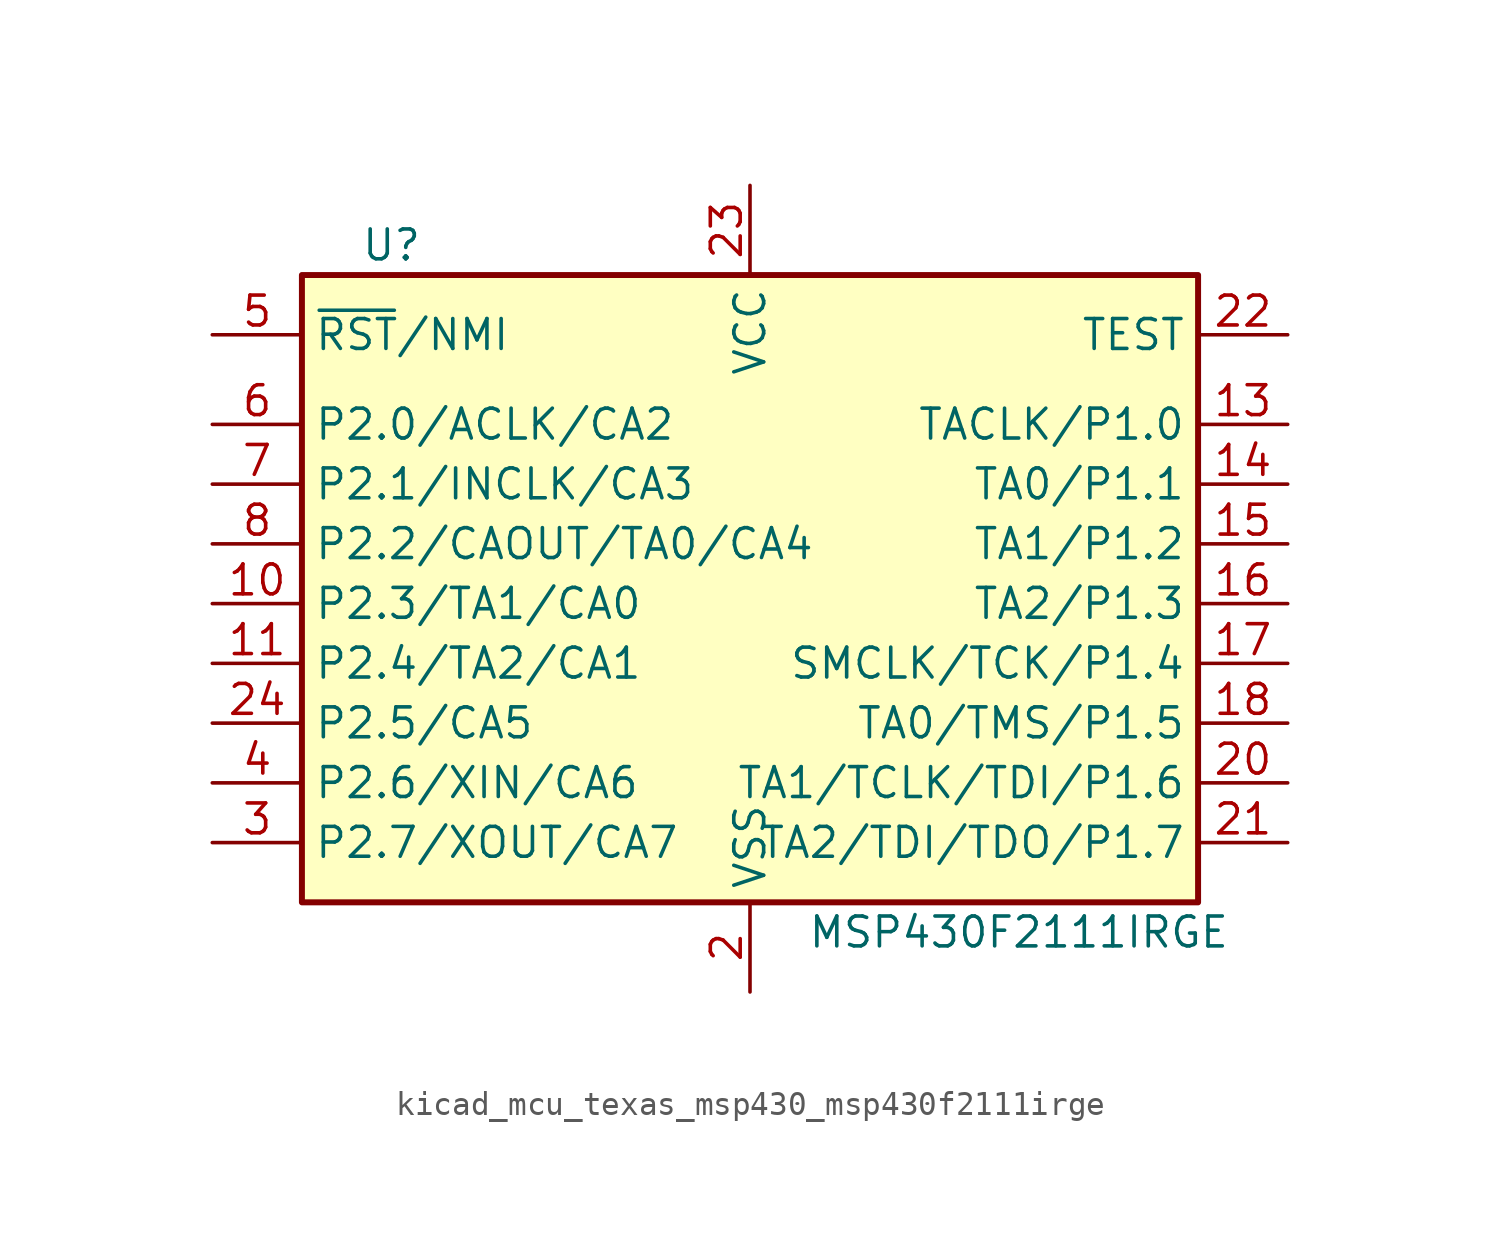
<source format=kicad_sym>
(kicad_symbol_lib
  (version 20220914)
  (generator kicad_symbol_editor)
  (symbol "kicad_mcu_texas_msp430_msp430f2111irge"
    (property "Reference" "U"
      (at -15.24 15.24 0)
      (effects (font (size 1.27 1.27))))
    (property "Value" "MSP430F2111IRGE"
      (at 11.43 -13.97 0)
      (effects (font (size 1.27 1.27))))
    (symbol "kicad_mcu_texas_msp430_msp430f2111irge_0_1"
      (rectangle (start -19.05 13.97) (end 19.05 -12.7) (stroke (width 0.254) (type default)) (fill (type background))))
    (symbol "kicad_mcu_texas_msp430_msp430f2111irge_1_1"
      (pin bidirectional line (at -22.86 0 0) (length 3.81) (name "P2.3/TA1/CA0" (effects (font (size 1.27 1.27)))) (number "10" (effects (font (size 1.27 1.27)))))
      (pin bidirectional line (at -22.86 -2.54 0) (length 3.81) (name "P2.4/TA2/CA1" (effects (font (size 1.27 1.27)))) (number "11" (effects (font (size 1.27 1.27)))))
      (pin bidirectional line (at 22.86 7.62 180) (length 3.81) (name "TACLK/P1.0" (effects (font (size 1.27 1.27)))) (number "13" (effects (font (size 1.27 1.27)))))
      (pin bidirectional line (at 22.86 5.08 180) (length 3.81) (name "TA0/P1.1" (effects (font (size 1.27 1.27)))) (number "14" (effects (font (size 1.27 1.27)))))
      (pin bidirectional line (at 22.86 2.54 180) (length 3.81) (name "TA1/P1.2" (effects (font (size 1.27 1.27)))) (number "15" (effects (font (size 1.27 1.27)))))
      (pin bidirectional line (at 22.86 0 180) (length 3.81) (name "TA2/P1.3" (effects (font (size 1.27 1.27)))) (number "16" (effects (font (size 1.27 1.27)))))
      (pin bidirectional line (at 22.86 -2.54 180) (length 3.81) (name "SMCLK/TCK/P1.4" (effects (font (size 1.27 1.27)))) (number "17" (effects (font (size 1.27 1.27)))))
      (pin bidirectional line (at 22.86 -5.08 180) (length 3.81) (name "TA0/TMS/P1.5" (effects (font (size 1.27 1.27)))) (number "18" (effects (font (size 1.27 1.27)))))
      (pin power_in line (at 0 -16.51 90) (length 3.81) (name "VSS" (effects (font (size 1.27 1.27)))) (number "2" (effects (font (size 1.27 1.27)))))
      (pin bidirectional line (at 22.86 -7.62 180) (length 3.81) (name "TA1/TCLK/TDI/P1.6" (effects (font (size 1.27 1.27)))) (number "20" (effects (font (size 1.27 1.27)))))
      (pin bidirectional line (at 22.86 -10.16 180) (length 3.81) (name "TA2/TDI/TDO/P1.7" (effects (font (size 1.27 1.27)))) (number "21" (effects (font (size 1.27 1.27)))))
      (pin input line (at 22.86 11.43 180) (length 3.81) (name "TEST" (effects (font (size 1.27 1.27)))) (number "22" (effects (font (size 1.27 1.27)))))
      (pin power_in line (at 0 17.78 270) (length 3.81) (name "VCC" (effects (font (size 1.27 1.27)))) (number "23" (effects (font (size 1.27 1.27)))))
      (pin bidirectional line (at -22.86 -5.08 0) (length 3.81) (name "P2.5/CA5" (effects (font (size 1.27 1.27)))) (number "24" (effects (font (size 1.27 1.27)))))
      (pin bidirectional line (at -22.86 -10.16 0) (length 3.81) (name "P2.7/XOUT/CA7" (effects (font (size 1.27 1.27)))) (number "3" (effects (font (size 1.27 1.27)))))
      (pin bidirectional line (at -22.86 -7.62 0) (length 3.81) (name "P2.6/XIN/CA6" (effects (font (size 1.27 1.27)))) (number "4" (effects (font (size 1.27 1.27)))))
      (pin input line (at -22.86 11.43 0) (length 3.81) (name "~{RST}/NMI" (effects (font (size 1.27 1.27)))) (number "5" (effects (font (size 1.27 1.27)))))
      (pin bidirectional line (at -22.86 7.62 0) (length 3.81) (name "P2.0/ACLK/CA2" (effects (font (size 1.27 1.27)))) (number "6" (effects (font (size 1.27 1.27)))))
      (pin bidirectional line (at -22.86 5.08 0) (length 3.81) (name "P2.1/INCLK/CA3" (effects (font (size 1.27 1.27)))) (number "7" (effects (font (size 1.27 1.27)))))
      (pin bidirectional line (at -22.86 2.54 0) (length 3.81) (name "P2.2/CAOUT/TA0/CA4" (effects (font (size 1.27 1.27)))) (number "8" (effects (font (size 1.27 1.27))))))))
</source>
